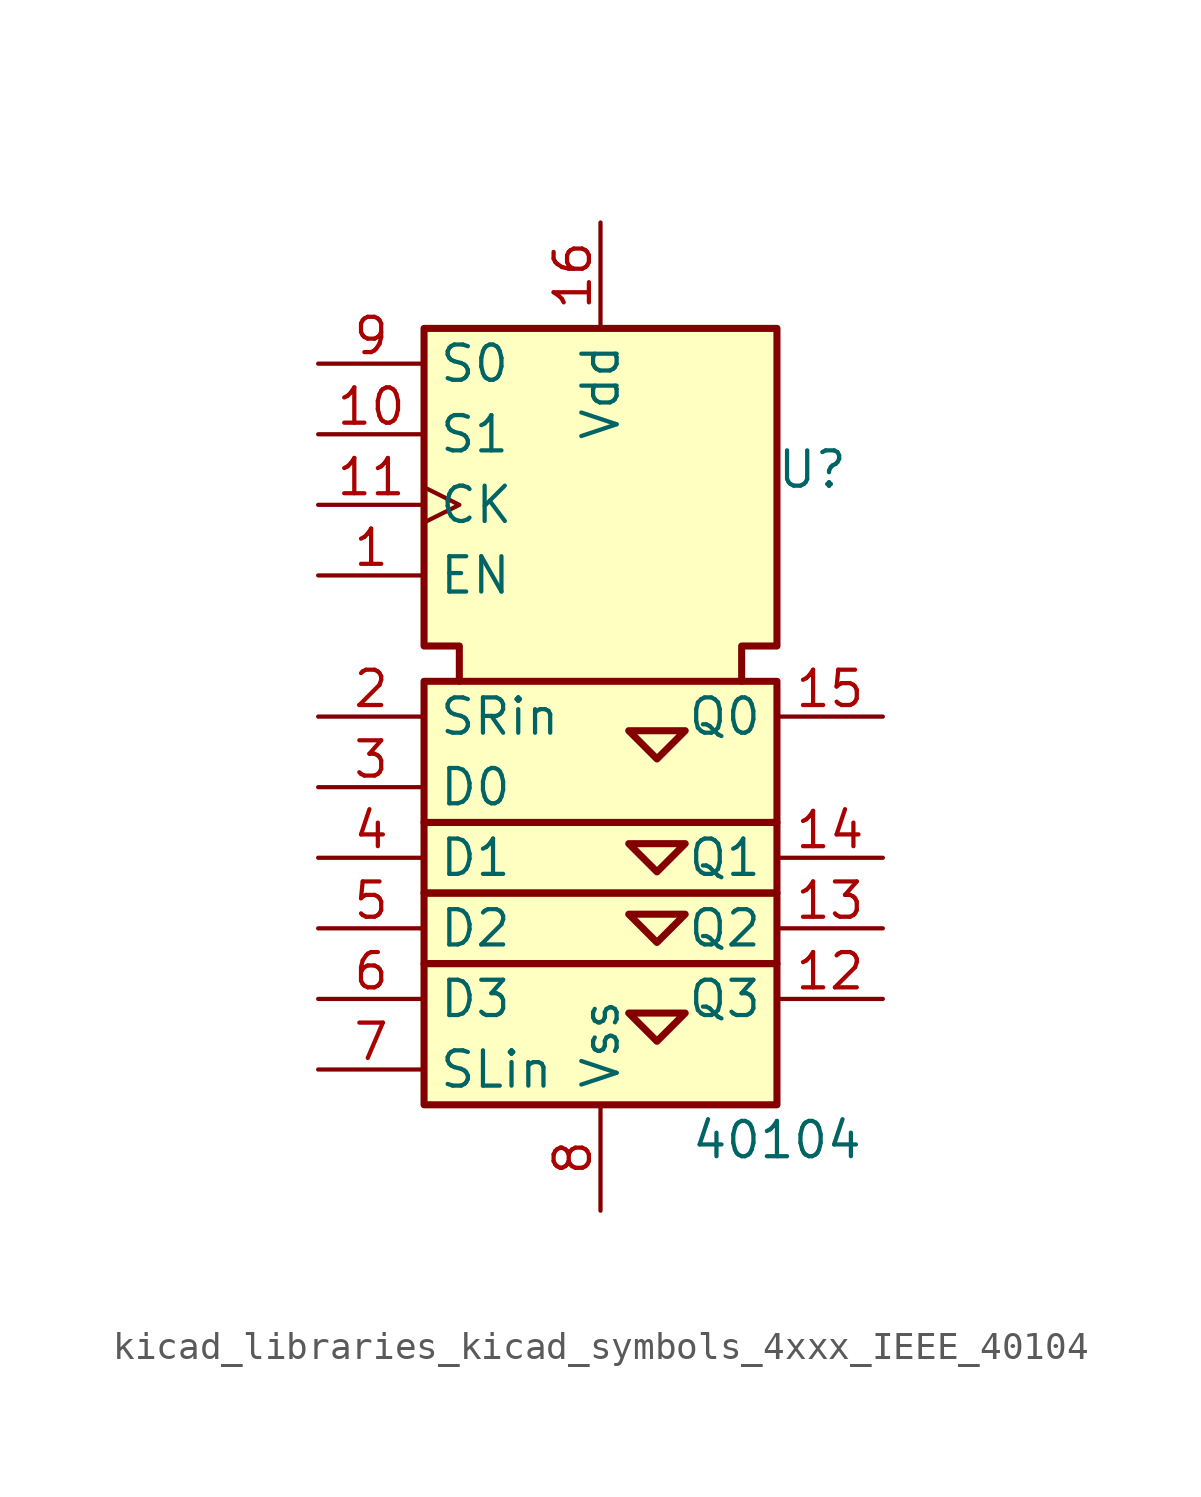
<source format=kicad_sym>
(kicad_symbol_lib
  (version 20220914)
  (generator kicad_symbol_editor)
  (symbol "kicad_libraries_kicad_symbols_4xxx_IEEE_40104"
    (property "Reference" "U"
      (at 7.62 8.89 0)
      (effects (font (size 1.27 1.27))))
    (property "Value" "40104"
      (at 6.35 -15.24 0)
      (effects (font (size 1.27 1.27))))
    (symbol "kicad_libraries_kicad_symbols_4xxx_IEEE_40104_0_0"
      (rectangle (start -6.35 -8.89) (end 6.35 -13.97) (stroke (width 0.254) (type default)) (fill (type background)))
      (rectangle (start -6.35 -6.35) (end 6.35 -8.89) (stroke (width 0.254) (type default)) (fill (type background))))
    (symbol "kicad_libraries_kicad_symbols_4xxx_IEEE_40104_0_1"
      (rectangle (start -6.35 -3.81) (end 6.35 -6.35) (stroke (width 0.254) (type default)) (fill (type background)))
      (rectangle (start -6.35 1.27) (end 6.35 -3.81) (stroke (width 0.254) (type default)) (fill (type background)))
      (polyline (pts (xy 1.016 -10.668) (xy 3.048 -10.668) (xy 2.032 -11.684) (xy 1.016 -10.668) (xy 1.016 -10.668)) (stroke (width 0.254) (type default)) (fill (type background)))
      (polyline (pts (xy 1.016 -7.112) (xy 2.032 -8.128) (xy 3.048 -7.112) (xy 1.016 -7.112) (xy 1.016 -7.112)) (stroke (width 0.254) (type default)) (fill (type background)))
      (polyline (pts (xy 1.016 -4.572) (xy 2.032 -5.588) (xy 3.048 -4.572) (xy 1.016 -4.572) (xy 1.016 -4.572)) (stroke (width 0.254) (type default)) (fill (type background)))
      (polyline (pts (xy 1.016 -0.508) (xy 2.032 -1.524) (xy 3.048 -0.508) (xy 1.016 -0.508) (xy 1.016 -0.508)) (stroke (width 0.254) (type default)) (fill (type background)))
      (polyline (pts (xy -5.08 1.27) (xy -5.08 2.54) (xy -6.35 2.54) (xy -6.35 13.97) (xy 6.35 13.97) (xy 6.35 2.54) (xy 5.08 2.54) (xy 5.08 1.27) (xy 5.08 1.27)) (stroke (width 0.254) (type default)) (fill (type background))))
    (symbol "kicad_libraries_kicad_symbols_4xxx_IEEE_40104_1_1"
      (pin input line (at -10.16 5.08 0) (length 3.81) (name "EN" (effects (font (size 1.27 1.27)))) (number "1" (effects (font (size 1.27 1.27)))))
      (pin input line (at -10.16 10.16 0) (length 3.81) (name "S1" (effects (font (size 1.27 1.27)))) (number "10" (effects (font (size 1.27 1.27)))))
      (pin input clock (at -10.16 7.62 0) (length 3.81) (name "CK" (effects (font (size 1.27 1.27)))) (number "11" (effects (font (size 1.27 1.27)))))
      (pin output line (at 10.16 -10.16 180) (length 3.81) (name "Q3" (effects (font (size 1.27 1.27)))) (number "12" (effects (font (size 1.27 1.27)))))
      (pin output line (at 10.16 -7.62 180) (length 3.81) (name "Q2" (effects (font (size 1.27 1.27)))) (number "13" (effects (font (size 1.27 1.27)))))
      (pin output line (at 10.16 -5.08 180) (length 3.81) (name "Q1" (effects (font (size 1.27 1.27)))) (number "14" (effects (font (size 1.27 1.27)))))
      (pin output line (at 10.16 0 180) (length 3.81) (name "Q0" (effects (font (size 1.27 1.27)))) (number "15" (effects (font (size 1.27 1.27)))))
      (pin power_in line (at 0 17.78 270) (length 3.81) (name "Vdd" (effects (font (size 1.27 1.27)))) (number "16" (effects (font (size 1.27 1.27)))))
      (pin input line (at -10.16 0 0) (length 3.81) (name "SRin" (effects (font (size 1.27 1.27)))) (number "2" (effects (font (size 1.27 1.27)))))
      (pin input line (at -10.16 -2.54 0) (length 3.81) (name "D0" (effects (font (size 1.27 1.27)))) (number "3" (effects (font (size 1.27 1.27)))))
      (pin input line (at -10.16 -5.08 0) (length 3.81) (name "D1" (effects (font (size 1.27 1.27)))) (number "4" (effects (font (size 1.27 1.27)))))
      (pin input line (at -10.16 -7.62 0) (length 3.81) (name "D2" (effects (font (size 1.27 1.27)))) (number "5" (effects (font (size 1.27 1.27)))))
      (pin input line (at -10.16 -10.16 0) (length 3.81) (name "D3" (effects (font (size 1.27 1.27)))) (number "6" (effects (font (size 1.27 1.27)))))
      (pin input line (at -10.16 -12.7 0) (length 3.81) (name "SLin" (effects (font (size 1.27 1.27)))) (number "7" (effects (font (size 1.27 1.27)))))
      (pin power_in line (at 0 -17.78 90) (length 3.81) (name "Vss" (effects (font (size 1.27 1.27)))) (number "8" (effects (font (size 1.27 1.27)))))
      (pin input line (at -10.16 12.7 0) (length 3.81) (name "S0" (effects (font (size 1.27 1.27)))) (number "9" (effects (font (size 1.27 1.27))))))))
</source>
